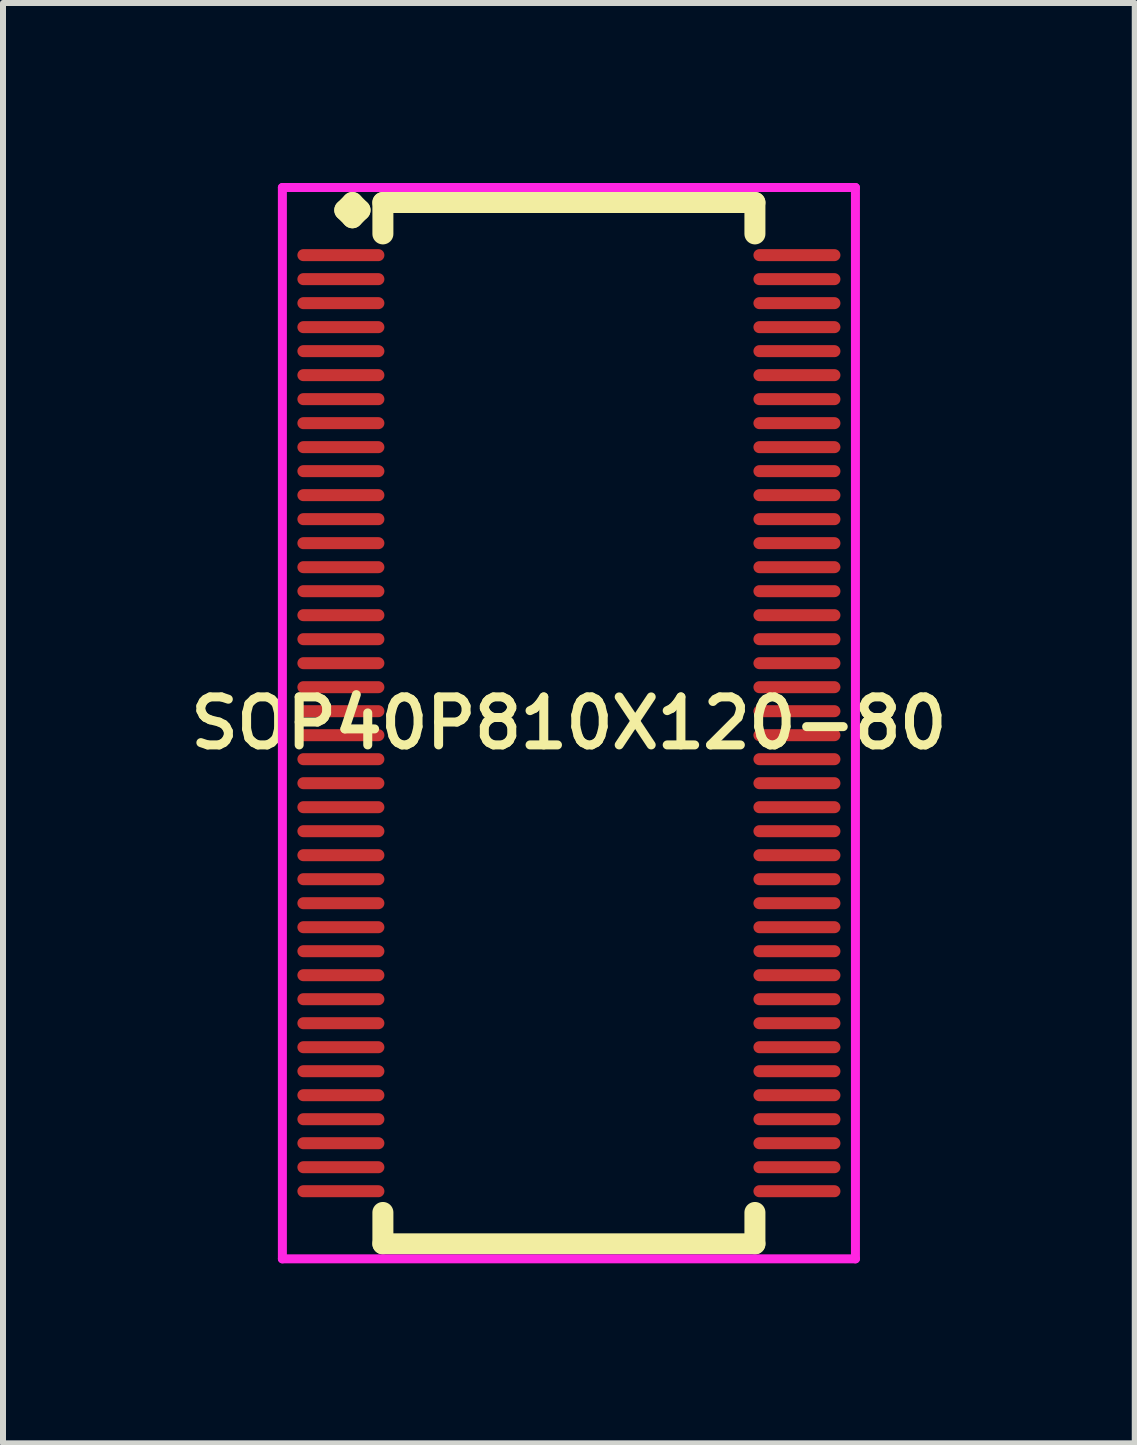
<source format=kicad_pcb>
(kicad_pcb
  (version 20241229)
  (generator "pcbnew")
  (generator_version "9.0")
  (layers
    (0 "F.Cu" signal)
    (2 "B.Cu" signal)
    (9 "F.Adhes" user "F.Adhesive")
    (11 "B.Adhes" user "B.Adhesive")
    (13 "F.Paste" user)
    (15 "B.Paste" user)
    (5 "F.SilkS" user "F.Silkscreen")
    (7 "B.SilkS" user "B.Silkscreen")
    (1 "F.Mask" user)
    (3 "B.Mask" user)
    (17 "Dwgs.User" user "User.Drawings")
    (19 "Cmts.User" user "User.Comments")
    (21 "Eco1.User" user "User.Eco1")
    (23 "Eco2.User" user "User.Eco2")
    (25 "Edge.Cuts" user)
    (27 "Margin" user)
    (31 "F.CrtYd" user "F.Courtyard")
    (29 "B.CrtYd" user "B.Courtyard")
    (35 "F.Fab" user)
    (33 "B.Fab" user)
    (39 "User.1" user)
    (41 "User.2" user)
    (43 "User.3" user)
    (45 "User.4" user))
  (footprint "SOP40P810X120-80"
    (layer "F.Cu")
    (at 6.431 9.002)
    (property "Reference" "SOP40P810X120-80" (at 0 0 0) (layer "F.SilkS") (effects (font (size 0.8 0.8) (thickness 0.15))))
    (attr smd)
    (fp_line (start -3.735 -8.55) (end -3.608 -8.677) (stroke (width 0.35) (type solid)) (layer "F.SilkS"))
    (fp_line (start -3.608 -8.677) (end -3.481 -8.55) (stroke (width 0.35) (type solid)) (layer "F.SilkS"))
    (fp_line (start -3.608 -8.423) (end -3.735 -8.55) (stroke (width 0.35) (type solid)) (layer "F.SilkS"))
    (fp_line (start -3.481 -8.55) (end -3.608 -8.423) (stroke (width 0.35) (type solid)) (layer "F.SilkS"))
    (fp_line (start -3.1 -8.677) (end 3.1 -8.677) (stroke (width 0.35) (type solid)) (layer "F.SilkS"))
    (fp_line (start -3.1 -8.154) (end -3.1 -8.677) (stroke (width 0.35) (type solid)) (layer "F.SilkS"))
    (fp_line (start -3.1 8.154) (end -3.1 8.677) (stroke (width 0.35) (type solid)) (layer "F.SilkS"))
    (fp_line (start -3.1 8.677) (end 3.1 8.677) (stroke (width 0.35) (type solid)) (layer "F.SilkS"))
    (fp_line (start 3.1 -8.677) (end 3.1 -8.154) (stroke (width 0.35) (type solid)) (layer "F.SilkS"))
    (fp_line (start 3.1 8.677) (end 3.1 8.154) (stroke (width 0.35) (type solid)) (layer "F.SilkS"))
    (fp_line (start -4.775 -8.927) (end 4.775 -8.927) (stroke (width 0.15) (type solid)) (layer "F.CrtYd"))
    (fp_line (start -4.775 8.927) (end -4.775 -8.927) (stroke (width 0.15) (type solid)) (layer "F.CrtYd"))
    (fp_line (start 4.775 -8.927) (end 4.775 8.927) (stroke (width 0.15) (type solid)) (layer "F.CrtYd"))
    (fp_line (start 4.775 8.927) (end -4.775 8.927) (stroke (width 0.15) (type solid)) (layer "F.CrtYd"))
    (pad "1" smd oval (at -3.8 -7.8) (size 1.45 0.2) (layers "F.Cu" "F.Mask" "F.Paste"))
    (pad "2" smd oval (at -3.8 -7.4) (size 1.45 0.2) (layers "F.Cu" "F.Mask" "F.Paste"))
    (pad "3" smd oval (at -3.8 -7) (size 1.45 0.2) (layers "F.Cu" "F.Mask" "F.Paste"))
    (pad "4" smd oval (at -3.8 -6.6) (size 1.45 0.2) (layers "F.Cu" "F.Mask" "F.Paste"))
    (pad "5" smd oval (at -3.8 -6.2) (size 1.45 0.2) (layers "F.Cu" "F.Mask" "F.Paste"))
    (pad "6" smd oval (at -3.8 -5.8) (size 1.45 0.2) (layers "F.Cu" "F.Mask" "F.Paste"))
    (pad "7" smd oval (at -3.8 -5.4) (size 1.45 0.2) (layers "F.Cu" "F.Mask" "F.Paste"))
    (pad "8" smd oval (at -3.8 -5) (size 1.45 0.2) (layers "F.Cu" "F.Mask" "F.Paste"))
    (pad "9" smd oval (at -3.8 -4.6) (size 1.45 0.2) (layers "F.Cu" "F.Mask" "F.Paste"))
    (pad "10" smd oval (at -3.8 -4.2) (size 1.45 0.2) (layers "F.Cu" "F.Mask" "F.Paste"))
    (pad "11" smd oval (at -3.8 -3.8) (size 1.45 0.2) (layers "F.Cu" "F.Mask" "F.Paste"))
    (pad "12" smd oval (at -3.8 -3.4) (size 1.45 0.2) (layers "F.Cu" "F.Mask" "F.Paste"))
    (pad "13" smd oval (at -3.8 -3) (size 1.45 0.2) (layers "F.Cu" "F.Mask" "F.Paste"))
    (pad "14" smd oval (at -3.8 -2.6) (size 1.45 0.2) (layers "F.Cu" "F.Mask" "F.Paste"))
    (pad "15" smd oval (at -3.8 -2.2) (size 1.45 0.2) (layers "F.Cu" "F.Mask" "F.Paste"))
    (pad "16" smd oval (at -3.8 -1.8) (size 1.45 0.2) (layers "F.Cu" "F.Mask" "F.Paste"))
    (pad "17" smd oval (at -3.8 -1.4) (size 1.45 0.2) (layers "F.Cu" "F.Mask" "F.Paste"))
    (pad "18" smd oval (at -3.8 -1) (size 1.45 0.2) (layers "F.Cu" "F.Mask" "F.Paste"))
    (pad "19" smd oval (at -3.8 -0.6) (size 1.45 0.2) (layers "F.Cu" "F.Mask" "F.Paste"))
    (pad "20" smd oval (at -3.8 -0.2) (size 1.45 0.2) (layers "F.Cu" "F.Mask" "F.Paste"))
    (pad "21" smd oval (at -3.8 0.2) (size 1.45 0.2) (layers "F.Cu" "F.Mask" "F.Paste"))
    (pad "22" smd oval (at -3.8 0.6) (size 1.45 0.2) (layers "F.Cu" "F.Mask" "F.Paste"))
    (pad "23" smd oval (at -3.8 1) (size 1.45 0.2) (layers "F.Cu" "F.Mask" "F.Paste"))
    (pad "24" smd oval (at -3.8 1.4) (size 1.45 0.2) (layers "F.Cu" "F.Mask" "F.Paste"))
    (pad "25" smd oval (at -3.8 1.8) (size 1.45 0.2) (layers "F.Cu" "F.Mask" "F.Paste"))
    (pad "26" smd oval (at -3.8 2.2) (size 1.45 0.2) (layers "F.Cu" "F.Mask" "F.Paste"))
    (pad "27" smd oval (at -3.8 2.6) (size 1.45 0.2) (layers "F.Cu" "F.Mask" "F.Paste"))
    (pad "28" smd oval (at -3.8 3) (size 1.45 0.2) (layers "F.Cu" "F.Mask" "F.Paste"))
    (pad "29" smd oval (at -3.8 3.4) (size 1.45 0.2) (layers "F.Cu" "F.Mask" "F.Paste"))
    (pad "30" smd oval (at -3.8 3.8) (size 1.45 0.2) (layers "F.Cu" "F.Mask" "F.Paste"))
    (pad "31" smd oval (at -3.8 4.2) (size 1.45 0.2) (layers "F.Cu" "F.Mask" "F.Paste"))
    (pad "32" smd oval (at -3.8 4.6) (size 1.45 0.2) (layers "F.Cu" "F.Mask" "F.Paste"))
    (pad "33" smd oval (at -3.8 5) (size 1.45 0.2) (layers "F.Cu" "F.Mask" "F.Paste"))
    (pad "34" smd oval (at -3.8 5.4) (size 1.45 0.2) (layers "F.Cu" "F.Mask" "F.Paste"))
    (pad "35" smd oval (at -3.8 5.8) (size 1.45 0.2) (layers "F.Cu" "F.Mask" "F.Paste"))
    (pad "36" smd oval (at -3.8 6.2) (size 1.45 0.2) (layers "F.Cu" "F.Mask" "F.Paste"))
    (pad "37" smd oval (at -3.8 6.6) (size 1.45 0.2) (layers "F.Cu" "F.Mask" "F.Paste"))
    (pad "38" smd oval (at -3.8 7) (size 1.45 0.2) (layers "F.Cu" "F.Mask" "F.Paste"))
    (pad "39" smd oval (at -3.8 7.4) (size 1.45 0.2) (layers "F.Cu" "F.Mask" "F.Paste"))
    (pad "40" smd oval (at -3.8 7.8) (size 1.45 0.2) (layers "F.Cu" "F.Mask" "F.Paste"))
    (pad "41" smd oval (at 3.8 7.8) (size 1.45 0.2) (layers "F.Cu" "F.Mask" "F.Paste"))
    (pad "42" smd oval (at 3.8 7.4) (size 1.45 0.2) (layers "F.Cu" "F.Mask" "F.Paste"))
    (pad "43" smd oval (at 3.8 7) (size 1.45 0.2) (layers "F.Cu" "F.Mask" "F.Paste"))
    (pad "44" smd oval (at 3.8 6.6) (size 1.45 0.2) (layers "F.Cu" "F.Mask" "F.Paste"))
    (pad "45" smd oval (at 3.8 6.2) (size 1.45 0.2) (layers "F.Cu" "F.Mask" "F.Paste"))
    (pad "46" smd oval (at 3.8 5.8) (size 1.45 0.2) (layers "F.Cu" "F.Mask" "F.Paste"))
    (pad "47" smd oval (at 3.8 5.4) (size 1.45 0.2) (layers "F.Cu" "F.Mask" "F.Paste"))
    (pad "48" smd oval (at 3.8 5) (size 1.45 0.2) (layers "F.Cu" "F.Mask" "F.Paste"))
    (pad "49" smd oval (at 3.8 4.6) (size 1.45 0.2) (layers "F.Cu" "F.Mask" "F.Paste"))
    (pad "50" smd oval (at 3.8 4.2) (size 1.45 0.2) (layers "F.Cu" "F.Mask" "F.Paste"))
    (pad "51" smd oval (at 3.8 3.8) (size 1.45 0.2) (layers "F.Cu" "F.Mask" "F.Paste"))
    (pad "52" smd oval (at 3.8 3.4) (size 1.45 0.2) (layers "F.Cu" "F.Mask" "F.Paste"))
    (pad "53" smd oval (at 3.8 3) (size 1.45 0.2) (layers "F.Cu" "F.Mask" "F.Paste"))
    (pad "54" smd oval (at 3.8 2.6) (size 1.45 0.2) (layers "F.Cu" "F.Mask" "F.Paste"))
    (pad "55" smd oval (at 3.8 2.2) (size 1.45 0.2) (layers "F.Cu" "F.Mask" "F.Paste"))
    (pad "56" smd oval (at 3.8 1.8) (size 1.45 0.2) (layers "F.Cu" "F.Mask" "F.Paste"))
    (pad "57" smd oval (at 3.8 1.4) (size 1.45 0.2) (layers "F.Cu" "F.Mask" "F.Paste"))
    (pad "58" smd oval (at 3.8 1) (size 1.45 0.2) (layers "F.Cu" "F.Mask" "F.Paste"))
    (pad "59" smd oval (at 3.8 0.6) (size 1.45 0.2) (layers "F.Cu" "F.Mask" "F.Paste"))
    (pad "60" smd oval (at 3.8 0.2) (size 1.45 0.2) (layers "F.Cu" "F.Mask" "F.Paste"))
    (pad "61" smd oval (at 3.8 -0.2) (size 1.45 0.2) (layers "F.Cu" "F.Mask" "F.Paste"))
    (pad "62" smd oval (at 3.8 -0.6) (size 1.45 0.2) (layers "F.Cu" "F.Mask" "F.Paste"))
    (pad "63" smd oval (at 3.8 -1) (size 1.45 0.2) (layers "F.Cu" "F.Mask" "F.Paste"))
    (pad "64" smd oval (at 3.8 -1.4) (size 1.45 0.2) (layers "F.Cu" "F.Mask" "F.Paste"))
    (pad "65" smd oval (at 3.8 -1.8) (size 1.45 0.2) (layers "F.Cu" "F.Mask" "F.Paste"))
    (pad "66" smd oval (at 3.8 -2.2) (size 1.45 0.2) (layers "F.Cu" "F.Mask" "F.Paste"))
    (pad "67" smd oval (at 3.8 -2.6) (size 1.45 0.2) (layers "F.Cu" "F.Mask" "F.Paste"))
    (pad "68" smd oval (at 3.8 -3) (size 1.45 0.2) (layers "F.Cu" "F.Mask" "F.Paste"))
    (pad "69" smd oval (at 3.8 -3.4) (size 1.45 0.2) (layers "F.Cu" "F.Mask" "F.Paste"))
    (pad "70" smd oval (at 3.8 -3.8) (size 1.45 0.2) (layers "F.Cu" "F.Mask" "F.Paste"))
    (pad "71" smd oval (at 3.8 -4.2) (size 1.45 0.2) (layers "F.Cu" "F.Mask" "F.Paste"))
    (pad "72" smd oval (at 3.8 -4.6) (size 1.45 0.2) (layers "F.Cu" "F.Mask" "F.Paste"))
    (pad "73" smd oval (at 3.8 -5) (size 1.45 0.2) (layers "F.Cu" "F.Mask" "F.Paste"))
    (pad "74" smd oval (at 3.8 -5.4) (size 1.45 0.2) (layers "F.Cu" "F.Mask" "F.Paste"))
    (pad "75" smd oval (at 3.8 -5.8) (size 1.45 0.2) (layers "F.Cu" "F.Mask" "F.Paste"))
    (pad "76" smd oval (at 3.8 -6.2) (size 1.45 0.2) (layers "F.Cu" "F.Mask" "F.Paste"))
    (pad "77" smd oval (at 3.8 -6.6) (size 1.45 0.2) (layers "F.Cu" "F.Mask" "F.Paste"))
    (pad "78" smd oval (at 3.8 -7) (size 1.45 0.2) (layers "F.Cu" "F.Mask" "F.Paste"))
    (pad "79" smd oval (at 3.8 -7.4) (size 1.45 0.2) (layers "F.Cu" "F.Mask" "F.Paste"))
    (pad "80" smd oval (at 3.8 -7.8) (size 1.45 0.2) (layers "F.Cu" "F.Mask" "F.Paste")))
  (gr_rect
    (start -3 -3)
    (end 15.861 21.004)
    (stroke (width 0.1) (type default))
    (fill no)
    (layer "Edge.Cuts")))
</source>
